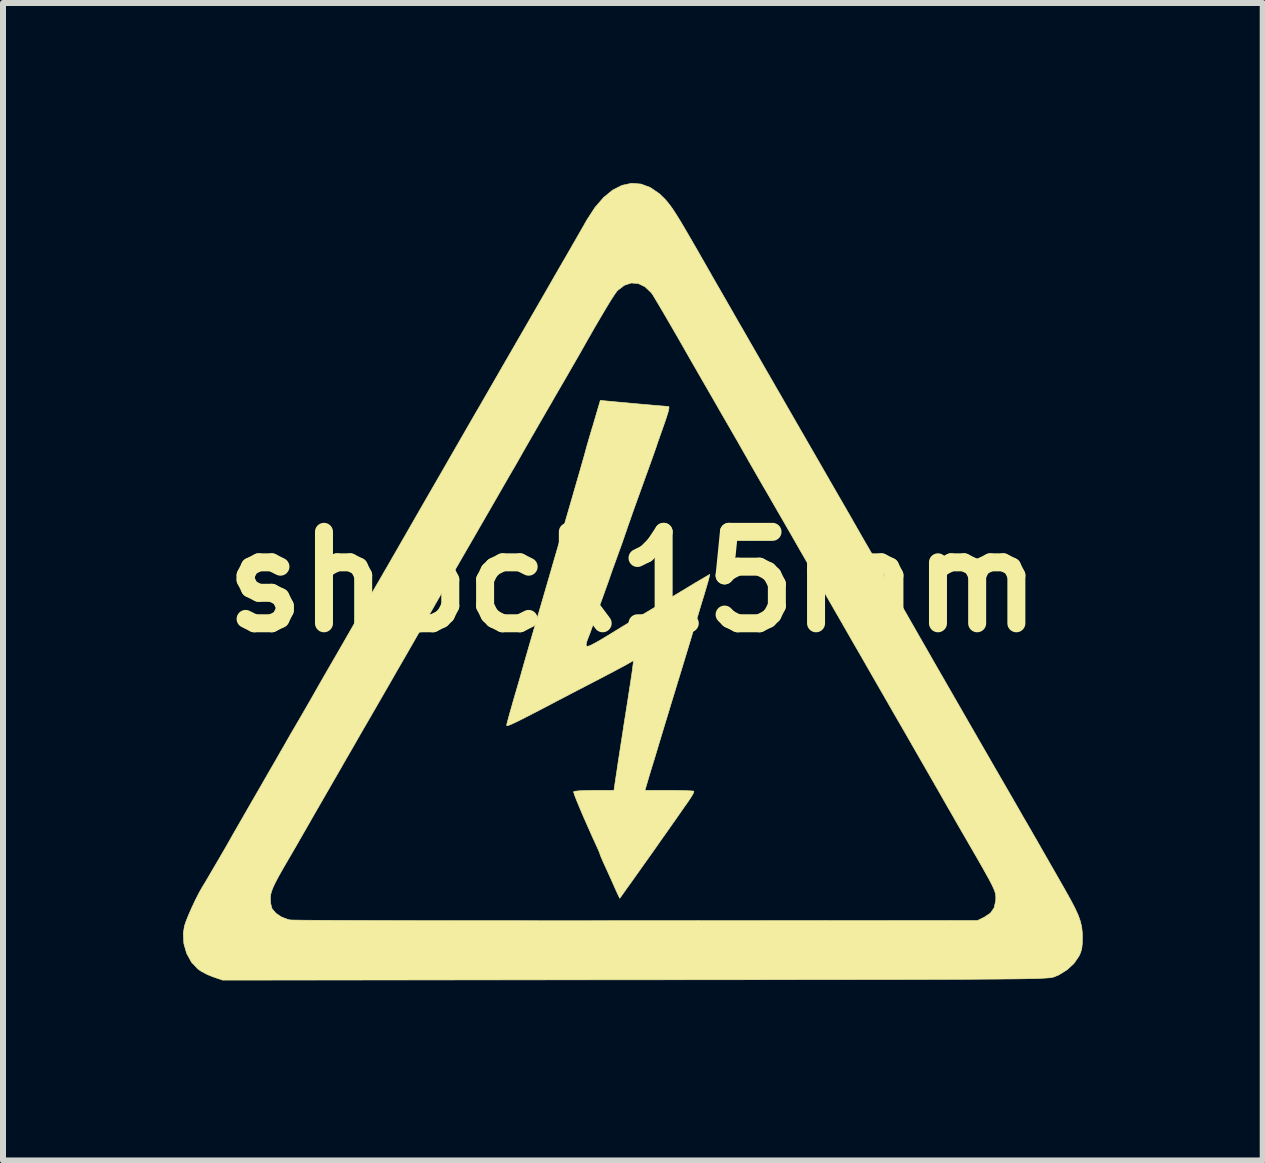
<source format=kicad_pcb>
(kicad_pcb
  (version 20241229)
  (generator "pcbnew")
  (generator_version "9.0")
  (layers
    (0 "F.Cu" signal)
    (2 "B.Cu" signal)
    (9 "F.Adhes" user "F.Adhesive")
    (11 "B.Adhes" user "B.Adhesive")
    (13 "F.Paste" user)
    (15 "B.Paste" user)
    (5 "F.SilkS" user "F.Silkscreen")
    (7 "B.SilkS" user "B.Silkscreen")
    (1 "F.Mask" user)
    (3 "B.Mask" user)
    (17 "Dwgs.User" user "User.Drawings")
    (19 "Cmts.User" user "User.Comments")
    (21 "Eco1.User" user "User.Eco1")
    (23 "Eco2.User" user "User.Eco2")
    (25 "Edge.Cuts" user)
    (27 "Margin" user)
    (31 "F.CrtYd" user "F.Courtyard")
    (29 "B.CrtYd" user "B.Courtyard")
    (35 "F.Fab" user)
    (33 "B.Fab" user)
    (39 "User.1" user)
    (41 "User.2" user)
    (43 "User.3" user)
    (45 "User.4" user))
  (footprint "shock15mm"
    (layer "F.Cu")
    (at 7.502 6.648)
    (property "Reference" "shock15mm" (at 0 0 0) (layer "F.SilkS") (effects (font (size 1.524 1.524) (thickness 0.3))))
    (attr through_hole)
    (fp_poly (pts (xy -0.388 -3.01) (xy -0.292 -3.001) (xy -0.172 -2.99) (xy -0.038 -2.978) (xy 0.102 -2.965) (xy 0.24 -2.953) (xy 0.366 -2.942) (xy 0.472 -2.933) (xy 0.55 -2.927) (xy 0.59 -2.924) (xy 0.592 -2.924) (xy 0.598 -2.902) (xy 0.585 -2.839) (xy 0.553 -2.737) (xy 0.525 -2.654) (xy 0.482 -2.532) (xy 0.44 -2.413) (xy 0.404 -2.311) (xy 0.385 -2.252) (xy 0.368 -2.203) (xy 0.347 -2.144) (xy 0.321 -2.07) (xy 0.287 -1.976) (xy 0.244 -1.856) (xy 0.189 -1.704) (xy 0.121 -1.515) (xy 0.093 -1.438) (xy 0.049 -1.316) (xy 0.001 -1.182) (xy -0.046 -1.047) (xy -0.089 -0.926) (xy -0.121 -0.831) (xy -0.131 -0.803) (xy -0.152 -0.742) (xy -0.184 -0.649) (xy -0.224 -0.538) (xy -0.263 -0.431) (xy -0.305 -0.314) (xy -0.345 -0.204) (xy -0.377 -0.113) (xy -0.395 -0.06) (xy -0.417 0.004) (xy -0.451 0.097) (xy -0.49 0.206) (xy -0.515 0.276) (xy -0.558 0.392) (xy -0.599 0.508) (xy -0.633 0.606) (xy -0.646 0.647) (xy -0.682 0.751) (xy -0.723 0.863) (xy -0.741 0.908) (xy -0.775 0.999) (xy -0.785 1.054) (xy -0.769 1.075) (xy -0.723 1.064) (xy -0.643 1.023) (xy -0.587 0.992) (xy -0.49 0.935) (xy -0.399 0.88) (xy -0.329 0.837) (xy -0.312 0.826) (xy -0.258 0.793) (xy -0.175 0.742) (xy -0.073 0.681) (xy 0.036 0.617) (xy 0.15 0.549) (xy 0.29 0.466) (xy 0.443 0.374) (xy 0.595 0.283) (xy 0.671 0.236) (xy 0.8 0.158) (xy 0.923 0.084) (xy 1.032 0.018) (xy 1.117 -0.032) (xy 1.16 -0.057) (xy 1.277 -0.126) (xy 1.264 -0.069) (xy 1.252 -0.021) (xy 1.229 0.059) (xy 1.2 0.156) (xy 1.186 0.204) (xy 1.148 0.327) (xy 1.108 0.46) (xy 1.073 0.578) (xy 1.066 0.599) (xy 1.009 0.789) (xy 0.963 0.944) (xy 0.924 1.073) (xy 0.89 1.186) (xy 0.857 1.294) (xy 0.823 1.406) (xy 0.784 1.532) (xy 0.784 1.534) (xy 0.742 1.67) (xy 0.691 1.838) (xy 0.634 2.023) (xy 0.578 2.209) (xy 0.528 2.372) (xy 0.48 2.531) (xy 0.433 2.687) (xy 0.39 2.83) (xy 0.354 2.949) (xy 0.328 3.034) (xy 0.325 3.043) (xy 0.292 3.151) (xy 0.259 3.261) (xy 0.233 3.349) (xy 0.196 3.475) (xy 0.597 3.475) (xy 0.731 3.475) (xy 0.848 3.478) (xy 0.939 3.481) (xy 0.996 3.485) (xy 1.012 3.489) (xy 1.007 3.513) (xy 0.978 3.566) (xy 0.933 3.636) (xy 0.927 3.645) (xy 0.858 3.743) (xy 0.78 3.854) (xy 0.723 3.937) (xy 0.647 4.044) (xy 0.559 4.17) (xy 0.461 4.308) (xy 0.359 4.454) (xy 0.254 4.602) (xy 0.151 4.747) (xy 0.053 4.885) (xy -0.035 5.009) (xy -0.111 5.115) (xy -0.17 5.198) (xy -0.208 5.252) (xy -0.224 5.272) (xy -0.224 5.272) (xy -0.234 5.251) (xy -0.26 5.197) (xy -0.295 5.12) (xy -0.31 5.086) (xy -0.362 4.969) (xy -0.42 4.841) (xy -0.471 4.729) (xy -0.472 4.728) (xy -0.509 4.645) (xy -0.537 4.58) (xy -0.551 4.545) (xy -0.551 4.542) (xy -0.56 4.514) (xy -0.584 4.458) (xy -0.598 4.427) (xy -0.682 4.243) (xy -0.76 4.067) (xy -0.831 3.906) (xy -0.891 3.765) (xy -0.94 3.647) (xy -0.974 3.56) (xy -0.991 3.508) (xy -0.992 3.495) (xy -0.965 3.488) (xy -0.899 3.481) (xy -0.803 3.477) (xy -0.686 3.475) (xy -0.65 3.475) (xy -0.32 3.475) (xy -0.291 3.277) (xy -0.272 3.152) (xy -0.248 2.989) (xy -0.218 2.796) (xy -0.185 2.583) (xy -0.151 2.36) (xy -0.115 2.134) (xy -0.083 1.929) (xy -0.062 1.791) (xy -0.041 1.658) (xy -0.024 1.544) (xy -0.012 1.46) (xy -0.01 1.44) (xy 0.007 1.31) (xy -0.122 1.383) (xy -0.187 1.418) (xy -0.284 1.47) (xy -0.404 1.533) (xy -0.535 1.602) (xy -0.635 1.654) (xy -0.778 1.728) (xy -0.925 1.804) (xy -1.063 1.876) (xy -1.179 1.937) (xy -1.234 1.965) (xy -1.454 2.081) (xy -1.635 2.175) (xy -1.781 2.25) (xy -1.895 2.308) (xy -1.981 2.35) (xy -2.042 2.377) (xy -2.081 2.392) (xy -2.102 2.396) (xy -2.109 2.391) (xy -2.109 2.391) (xy -2.102 2.358) (xy -2.084 2.289) (xy -2.057 2.19) (xy -2.023 2.071) (xy -2 1.989) (xy -1.96 1.852) (xy -1.922 1.722) (xy -1.889 1.609) (xy -1.865 1.525) (xy -1.858 1.498) (xy -1.838 1.428) (xy -1.809 1.325) (xy -1.774 1.204) (xy -1.738 1.079) (xy -1.738 1.078) (xy -1.692 0.921) (xy -1.636 0.729) (xy -1.573 0.512) (xy -1.506 0.283) (xy -1.439 0.052) (xy -1.374 -0.171) (xy -1.316 -0.373) (xy -1.306 -0.407) (xy -1.278 -0.502) (xy -1.24 -0.634) (xy -1.193 -0.795) (xy -1.141 -0.975) (xy -1.085 -1.167) (xy -1.029 -1.361) (xy -1.017 -1.402) (xy -0.965 -1.583) (xy -0.916 -1.751) (xy -0.873 -1.902) (xy -0.837 -2.028) (xy -0.81 -2.123) (xy -0.794 -2.181) (xy -0.791 -2.193) (xy -0.776 -2.248) (xy -0.751 -2.335) (xy -0.722 -2.435) (xy -0.712 -2.468) (xy -0.675 -2.59) (xy -0.636 -2.722) (xy -0.602 -2.838) (xy -0.599 -2.848) (xy -0.547 -3.025) (xy -0.388 -3.01)) (stroke (width 0.01) (type solid)) (fill yes) (layer "F.SilkS"))
    (fp_poly (pts (xy 0.129 -6.631) (xy 0.284 -6.574) (xy 0.436 -6.47) (xy 0.529 -6.38) (xy 0.571 -6.332) (xy 0.614 -6.277) (xy 0.662 -6.21) (xy 0.716 -6.127) (xy 0.781 -6.023) (xy 0.858 -5.893) (xy 0.951 -5.733) (xy 1.064 -5.538) (xy 1.127 -5.427) (xy 1.181 -5.333) (xy 1.253 -5.207) (xy 1.336 -5.061) (xy 1.426 -4.905) (xy 1.516 -4.749) (xy 1.536 -4.713) (xy 1.618 -4.571) (xy 1.694 -4.438) (xy 1.761 -4.321) (xy 1.815 -4.228) (xy 1.851 -4.166) (xy 1.86 -4.15) (xy 1.883 -4.11) (xy 1.927 -4.033) (xy 1.989 -3.925) (xy 2.066 -3.791) (xy 2.155 -3.636) (xy 2.253 -3.466) (xy 2.357 -3.286) (xy 2.365 -3.271) (xy 2.477 -3.078) (xy 2.588 -2.884) (xy 2.696 -2.697) (xy 2.796 -2.523) (xy 2.884 -2.371) (xy 2.955 -2.247) (xy 3 -2.169) (xy 3.074 -2.041) (xy 3.163 -1.886) (xy 3.259 -1.719) (xy 3.354 -1.554) (xy 3.414 -1.45) (xy 3.491 -1.317) (xy 3.563 -1.192) (xy 3.626 -1.083) (xy 3.674 -0.998) (xy 3.703 -0.947) (xy 3.704 -0.947) (xy 3.739 -0.884) (xy 3.79 -0.795) (xy 3.849 -0.692) (xy 3.886 -0.629) (xy 4.005 -0.423) (xy 4.121 -0.221) (xy 4.232 -0.029) (xy 4.334 0.148) (xy 4.425 0.306) (xy 4.501 0.439) (xy 4.561 0.543) (xy 4.601 0.614) (xy 4.613 0.635) (xy 4.681 0.753) (xy 4.77 0.91) (xy 4.88 1.101) (xy 5.008 1.326) (xy 5.154 1.579) (xy 5.315 1.859) (xy 5.489 2.162) (xy 5.675 2.485) (xy 5.871 2.825) (xy 6.075 3.179) (xy 6.27 3.516) (xy 6.394 3.731) (xy 6.497 3.911) (xy 6.584 4.06) (xy 6.656 4.186) (xy 6.709 4.277) (xy 6.742 4.335) (xy 6.798 4.433) (xy 6.874 4.566) (xy 6.97 4.734) (xy 7.085 4.934) (xy 7.192 5.122) (xy 7.289 5.295) (xy 7.363 5.437) (xy 7.417 5.554) (xy 7.453 5.656) (xy 7.475 5.75) (xy 7.485 5.844) (xy 7.487 5.919) (xy 7.485 6.03) (xy 7.476 6.111) (xy 7.456 6.179) (xy 7.428 6.24) (xy 7.345 6.36) (xy 7.227 6.467) (xy 7.089 6.552) (xy 7.013 6.583) (xy 6.999 6.587) (xy 6.982 6.591) (xy 6.959 6.595) (xy 6.929 6.598) (xy 6.89 6.601) (xy 6.841 6.604) (xy 6.78 6.607) (xy 6.705 6.61) (xy 6.615 6.612) (xy 6.508 6.614) (xy 6.383 6.616) (xy 6.237 6.617) (xy 6.07 6.619) (xy 5.878 6.62) (xy 5.662 6.622) (xy 5.418 6.623) (xy 5.146 6.624) (xy 4.844 6.625) (xy 4.51 6.626) (xy 4.143 6.626) (xy 3.74 6.627) (xy 3.3 6.628) (xy 2.822 6.628) (xy 2.304 6.629) (xy 1.744 6.63) (xy 1.14 6.63) (xy 0.492 6.631) (xy 0.024 6.631) (xy -6.841 6.636) (xy -6.998 6.583) (xy -7.097 6.543) (xy -7.192 6.493) (xy -7.251 6.453) (xy -7.361 6.337) (xy -7.441 6.191) (xy -7.488 6.028) (xy -7.497 5.858) (xy -7.478 5.734) (xy -7.452 5.657) (xy -7.409 5.55) (xy -7.355 5.427) (xy -7.296 5.302) (xy -7.28 5.27) (xy -6.047 5.27) (xy -6.042 5.353) (xy -6.025 5.428) (xy -6.016 5.449) (xy -5.955 5.521) (xy -5.862 5.584) (xy -5.752 5.626) (xy -5.716 5.633) (xy -5.683 5.635) (xy -5.605 5.636) (xy -5.483 5.638) (xy -5.32 5.639) (xy -5.117 5.64) (xy -4.876 5.641) (xy -4.601 5.642) (xy -4.293 5.643) (xy -3.953 5.644) (xy -3.586 5.645) (xy -3.191 5.645) (xy -2.772 5.646) (xy -2.331 5.646) (xy -1.869 5.646) (xy -1.389 5.647) (xy -0.894 5.647) (xy -0.384 5.646) (xy 0.06 5.646) (xy 5.739 5.643) (xy 5.853 5.587) (xy 5.955 5.519) (xy 6.016 5.431) (xy 6.042 5.315) (xy 6.044 5.268) (xy 6.043 5.235) (xy 6.039 5.201) (xy 6.029 5.163) (xy 6.011 5.117) (xy 5.983 5.056) (xy 5.943 4.978) (xy 5.888 4.878) (xy 5.817 4.751) (xy 5.727 4.593) (xy 5.615 4.4) (xy 5.572 4.325) (xy 5.512 4.222) (xy 5.457 4.127) (xy 5.414 4.052) (xy 5.392 4.014) (xy 5.325 3.896) (xy 5.241 3.751) (xy 5.15 3.591) (xy 5.058 3.43) (xy 4.973 3.282) (xy 4.912 3.175) (xy 4.86 3.085) (xy 4.79 2.964) (xy 4.707 2.819) (xy 4.616 2.66) (xy 4.522 2.496) (xy 4.464 2.396) (xy 4.377 2.246) (xy 4.272 2.063) (xy 4.154 1.857) (xy 4.027 1.637) (xy 3.898 1.412) (xy 3.772 1.192) (xy 3.678 1.03) (xy 3.568 0.838) (xy 3.46 0.65) (xy 3.357 0.471) (xy 3.264 0.309) (xy 3.183 0.169) (xy 3.119 0.058) (xy 3.075 -0.018) (xy 3.072 -0.024) (xy 3.014 -0.125) (xy 2.96 -0.218) (xy 2.919 -0.291) (xy 2.9 -0.323) (xy 2.876 -0.364) (xy 2.833 -0.44) (xy 2.773 -0.543) (xy 2.702 -0.668) (xy 2.623 -0.806) (xy 2.576 -0.887) (xy 2.487 -1.042) (xy 2.396 -1.199) (xy 2.311 -1.347) (xy 2.236 -1.477) (xy 2.177 -1.578) (xy 2.161 -1.605) (xy 2.089 -1.73) (xy 2.007 -1.873) (xy 1.927 -2.012) (xy 1.893 -2.073) (xy 1.833 -2.178) (xy 1.777 -2.277) (xy 1.732 -2.356) (xy 1.708 -2.396) (xy 1.672 -2.459) (xy 1.616 -2.557) (xy 1.543 -2.683) (xy 1.457 -2.832) (xy 1.362 -2.998) (xy 1.261 -3.173) (xy 1.158 -3.351) (xy 1.058 -3.526) (xy 0.962 -3.692) (xy 0.876 -3.843) (xy 0.803 -3.971) (xy 0.792 -3.99) (xy 0.699 -4.152) (xy 0.608 -4.309) (xy 0.523 -4.455) (xy 0.447 -4.584) (xy 0.384 -4.69) (xy 0.337 -4.768) (xy 0.309 -4.811) (xy 0.305 -4.817) (xy 0.199 -4.918) (xy 0.086 -4.973) (xy -0.03 -4.982) (xy -0.145 -4.945) (xy -0.255 -4.861) (xy -0.267 -4.849) (xy -0.302 -4.802) (xy -0.359 -4.715) (xy -0.436 -4.59) (xy -0.532 -4.428) (xy -0.647 -4.232) (xy -0.777 -4.004) (xy -0.887 -3.81) (xy -0.921 -3.751) (xy -0.975 -3.657) (xy -1.046 -3.534) (xy -1.129 -3.389) (xy -1.223 -3.228) (xy -1.322 -3.057) (xy -1.378 -2.959) (xy -1.477 -2.789) (xy -1.57 -2.628) (xy -1.654 -2.482) (xy -1.726 -2.357) (xy -1.783 -2.258) (xy -1.821 -2.191) (xy -1.834 -2.169) (xy -1.875 -2.096) (xy -1.927 -2.004) (xy -1.97 -1.929) (xy -2.01 -1.861) (xy -2.07 -1.758) (xy -2.147 -1.624) (xy -2.238 -1.466) (xy -2.34 -1.289) (xy -2.45 -1.098) (xy -2.565 -0.899) (xy -2.682 -0.696) (xy -2.797 -0.497) (xy -2.908 -0.305) (xy -3.01 -0.127) (xy -3.102 0.032) (xy -3.179 0.166) (xy -3.24 0.271) (xy -3.28 0.341) (xy -3.284 0.347) (xy -3.335 0.438) (xy -3.408 0.564) (xy -3.497 0.719) (xy -3.601 0.899) (xy -3.714 1.096) (xy -3.835 1.306) (xy -3.96 1.522) (xy -4.084 1.739) (xy -4.206 1.95) (xy -4.321 2.15) (xy -4.427 2.333) (xy -4.457 2.384) (xy -4.551 2.547) (xy -4.645 2.711) (xy -4.735 2.867) (xy -4.815 3.005) (xy -4.879 3.118) (xy -4.912 3.175) (xy -4.987 3.305) (xy -5.072 3.453) (xy -5.154 3.595) (xy -5.188 3.654) (xy -5.263 3.784) (xy -5.348 3.932) (xy -5.429 4.074) (xy -5.463 4.133) (xy -5.536 4.26) (xy -5.616 4.4) (xy -5.692 4.531) (xy -5.726 4.589) (xy -5.825 4.759) (xy -5.902 4.895) (xy -5.959 5.002) (xy -5.999 5.085) (xy -6.025 5.152) (xy -6.04 5.207) (xy -6.046 5.256) (xy -6.047 5.27) (xy -7.28 5.27) (xy -7.237 5.186) (xy -7.185 5.093) (xy -7.178 5.082) (xy -7.148 5.033) (xy -7.1 4.952) (xy -7.038 4.846) (xy -6.968 4.727) (xy -6.895 4.602) (xy -6.824 4.48) (xy -6.761 4.371) (xy -6.715 4.289) (xy -6.663 4.197) (xy -6.588 4.067) (xy -6.492 3.9) (xy -6.377 3.699) (xy -6.243 3.468) (xy -6.123 3.259) (xy -6.039 3.113) (xy -5.959 2.975) (xy -5.889 2.852) (xy -5.831 2.752) (xy -5.791 2.682) (xy -5.779 2.66) (xy -5.737 2.587) (xy -5.682 2.491) (xy -5.623 2.391) (xy -5.612 2.372) (xy -5.556 2.276) (xy -5.486 2.155) (xy -5.412 2.027) (xy -5.356 1.929) (xy -5.282 1.799) (xy -5.2 1.655) (xy -5.122 1.519) (xy -5.075 1.438) (xy -5.019 1.341) (xy -4.946 1.215) (xy -4.863 1.071) (xy -4.777 0.921) (xy -4.709 0.803) (xy -4.616 0.641) (xy -4.516 0.468) (xy -4.414 0.29) (xy -4.315 0.118) (xy -4.223 -0.04) (xy -4.145 -0.176) (xy -4.084 -0.28) (xy -4.073 -0.3) (xy -4.049 -0.341) (xy -4.006 -0.417) (xy -3.946 -0.52) (xy -3.875 -0.644) (xy -3.796 -0.781) (xy -3.756 -0.851) (xy -3.624 -1.081) (xy -3.485 -1.323) (xy -3.342 -1.571) (xy -3.199 -1.818) (xy -3.06 -2.06) (xy -2.929 -2.288) (xy -2.808 -2.498) (xy -2.702 -2.682) (xy -2.614 -2.835) (xy -2.569 -2.911) (xy -2.164 -3.614) (xy -1.773 -4.291) (xy -1.401 -4.936) (xy -1.312 -5.092) (xy -1.222 -5.248) (xy -1.136 -5.396) (xy -1.061 -5.526) (xy -1.003 -5.628) (xy -0.987 -5.655) (xy -0.922 -5.768) (xy -0.855 -5.885) (xy -0.797 -5.987) (xy -0.772 -6.031) (xy -0.636 -6.241) (xy -0.491 -6.408) (xy -0.34 -6.531) (xy -0.186 -6.609) (xy -0.028 -6.643) (xy 0.129 -6.631)) (stroke (width 0.01) (type solid)) (fill yes) (layer "F.SilkS")))
  (gr_rect
    (start -3 -3)
    (end 17.994 16.29)
    (stroke (width 0.1) (type default))
    (fill no)
    (layer "Edge.Cuts")))
</source>
